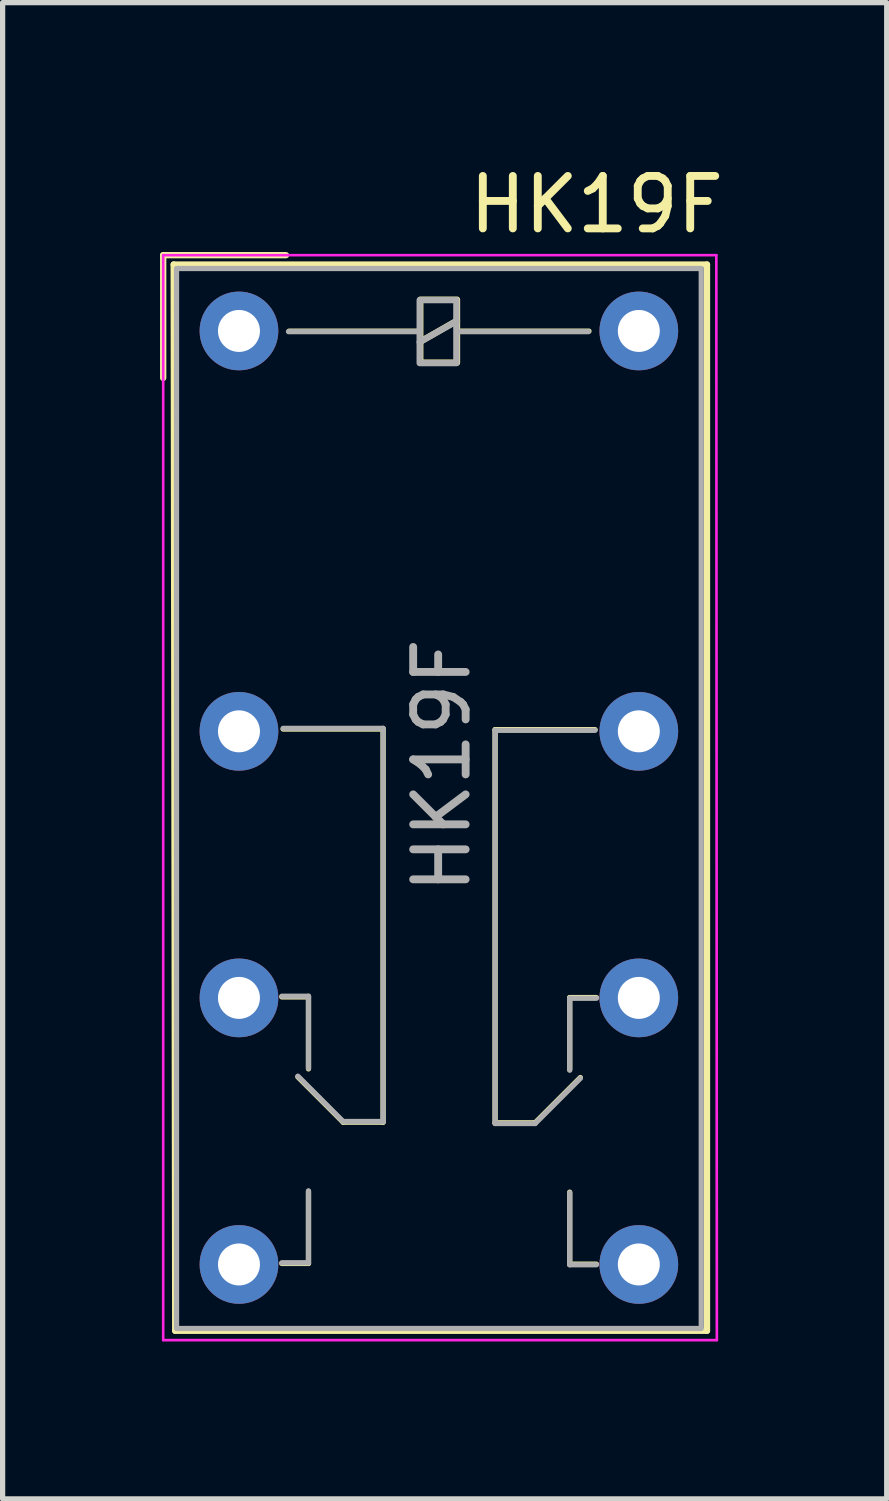
<source format=kicad_pcb>
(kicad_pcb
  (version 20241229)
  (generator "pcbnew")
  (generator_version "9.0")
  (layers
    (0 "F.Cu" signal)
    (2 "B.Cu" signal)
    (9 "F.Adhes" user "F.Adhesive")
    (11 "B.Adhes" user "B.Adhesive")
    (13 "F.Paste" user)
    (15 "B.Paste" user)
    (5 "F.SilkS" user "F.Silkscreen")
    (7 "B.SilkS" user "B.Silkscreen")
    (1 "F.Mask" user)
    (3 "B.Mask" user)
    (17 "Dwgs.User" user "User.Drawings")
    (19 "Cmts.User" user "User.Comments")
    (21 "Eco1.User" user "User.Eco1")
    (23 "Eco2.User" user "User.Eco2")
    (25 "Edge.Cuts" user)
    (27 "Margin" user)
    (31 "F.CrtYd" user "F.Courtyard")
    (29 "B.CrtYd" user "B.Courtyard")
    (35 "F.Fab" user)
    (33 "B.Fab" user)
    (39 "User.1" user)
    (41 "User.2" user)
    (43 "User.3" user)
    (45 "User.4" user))
  (footprint "HK19F"
    (layer "F.Cu")
    (at 5.318 11.846)
    (property "Reference" "HK19F" (at 3 -10.998 180) (layer "F.SilkS") (effects (font (size 1 1) (thickness 0.15))))
    (attr through_hole)
    (fp_line (start -5.258 -7.693) (end -5.258 -10.033) (stroke (width 0.12) (type solid)) (layer "F.SilkS"))
    (fp_line (start -5.058 -9.855) (end -5.029 10.465) (stroke (width 0.12) (type solid)) (layer "F.SilkS"))
    (fp_line (start -2.997 4.102) (end -2.489 4.102) (stroke (width 0.1) (type default)) (layer "F.SilkS"))
    (fp_line (start -2.997 9.182) (end -2.489 9.182) (stroke (width 0.1) (type default)) (layer "F.SilkS"))
    (fp_line (start -2.972 -1.003) (end -1.067 -1.003) (stroke (width 0.1) (type default)) (layer "F.SilkS"))
    (fp_line (start -2.918 -10.033) (end -5.258 -10.033) (stroke (width 0.12) (type solid)) (layer "F.SilkS"))
    (fp_line (start -2.489 4.102) (end -2.489 5.474) (stroke (width 0.1) (type default)) (layer "F.SilkS"))
    (fp_line (start -2.489 9.182) (end -2.489 7.811) (stroke (width 0.1) (type default)) (layer "F.SilkS"))
    (fp_line (start -1.829 6.49) (end -2.692 5.626) (stroke (width 0.1) (type default)) (layer "F.SilkS"))
    (fp_line (start -1.067 -1.003) (end -1.067 6.49) (stroke (width 0.1) (type default)) (layer "F.SilkS"))
    (fp_line (start -1.067 6.49) (end -1.829 6.49) (stroke (width 0.1) (type default)) (layer "F.SilkS"))
    (fp_line (start -0.359 -8.585) (end -2.859 -8.585) (stroke (width 0.1) (type default)) (layer "F.SilkS"))
    (fp_line (start -0.359 -8.385) (end 0.341 -8.785) (stroke (width 0.12) (type solid)) (layer "F.SilkS"))
    (fp_line (start 1.067 -0.991) (end 1.067 6.502) (stroke (width 0.1) (type default)) (layer "F.SilkS"))
    (fp_line (start 1.067 6.502) (end 1.829 6.502) (stroke (width 0.1) (type default)) (layer "F.SilkS"))
    (fp_line (start 1.829 6.502) (end 2.692 5.639) (stroke (width 0.1) (type default)) (layer "F.SilkS"))
    (fp_line (start 2.489 4.115) (end 2.489 5.486) (stroke (width 0.1) (type default)) (layer "F.SilkS"))
    (fp_line (start 2.489 9.195) (end 2.489 7.823) (stroke (width 0.1) (type default)) (layer "F.SilkS"))
    (fp_line (start 2.856 -8.585) (end 0.356 -8.585) (stroke (width 0.1) (type default)) (layer "F.SilkS"))
    (fp_line (start 2.972 -0.991) (end 1.067 -0.991) (stroke (width 0.1) (type default)) (layer "F.SilkS"))
    (fp_line (start 2.997 4.115) (end 2.489 4.115) (stroke (width 0.1) (type default)) (layer "F.SilkS"))
    (fp_line (start 2.997 9.195) (end 2.489 9.195) (stroke (width 0.1) (type default)) (layer "F.SilkS"))
    (fp_line (start 5.105 -9.855) (end -5.058 -9.855) (stroke (width 0.12) (type solid)) (layer "F.SilkS"))
    (fp_line (start 5.105 -9.855) (end 5.105 10.465) (stroke (width 0.12) (type solid)) (layer "F.SilkS"))
    (fp_line (start 5.105 10.465) (end -5.029 10.465) (stroke (width 0.12) (type solid)) (layer "F.SilkS"))
    (fp_rect (start -0.359 -9.185) (end 0.341 -7.985) (stroke (width 0.12) (type solid)) (fill no) (layer "F.SilkS"))
    (fp_line (start -5.258 -10.033) (end -5.258 10.643) (stroke (width 0.05) (type solid)) (layer "F.CrtYd"))
    (fp_line (start -5.258 10.643) (end 5.293 10.643) (stroke (width 0.05) (type solid)) (layer "F.CrtYd"))
    (fp_line (start 5.283 -10.033) (end -5.258 -10.033) (stroke (width 0.05) (type solid)) (layer "F.CrtYd"))
    (fp_line (start 5.283 -10.033) (end 5.293 10.643) (stroke (width 0.05) (type solid)) (layer "F.CrtYd"))
    (fp_line (start -2.997 4.089) (end -2.489 4.089) (stroke (width 0.1) (type default)) (layer "F.Fab"))
    (fp_line (start -2.997 9.169) (end -2.489 9.169) (stroke (width 0.1) (type default)) (layer "F.Fab"))
    (fp_line (start -2.972 -1.016) (end -1.067 -1.016) (stroke (width 0.1) (type default)) (layer "F.Fab"))
    (fp_line (start -2.489 4.089) (end -2.489 5.461) (stroke (width 0.1) (type default)) (layer "F.Fab"))
    (fp_line (start -2.489 9.169) (end -2.489 7.798) (stroke (width 0.1) (type default)) (layer "F.Fab"))
    (fp_line (start -1.829 6.477) (end -2.692 5.613) (stroke (width 0.1) (type default)) (layer "F.Fab"))
    (fp_line (start -1.067 -1.016) (end -1.067 6.477) (stroke (width 0.1) (type default)) (layer "F.Fab"))
    (fp_line (start -1.067 6.477) (end -1.829 6.477) (stroke (width 0.1) (type default)) (layer "F.Fab"))
    (fp_line (start -0.37 -8.576) (end -2.87 -8.576) (stroke (width 0.1) (type default)) (layer "F.Fab"))
    (fp_line (start -0.37 -8.376) (end 0.33 -8.776) (stroke (width 0.12) (type solid)) (layer "F.Fab"))
    (fp_line (start 1.067 -0.978) (end 1.067 6.515) (stroke (width 0.1) (type default)) (layer "F.Fab"))
    (fp_line (start 1.067 6.515) (end 1.829 6.515) (stroke (width 0.1) (type default)) (layer "F.Fab"))
    (fp_line (start 1.829 6.515) (end 2.692 5.652) (stroke (width 0.1) (type default)) (layer "F.Fab"))
    (fp_line (start 2.489 4.128) (end 2.489 5.499) (stroke (width 0.1) (type default)) (layer "F.Fab"))
    (fp_line (start 2.489 9.207) (end 2.489 7.836) (stroke (width 0.1) (type default)) (layer "F.Fab"))
    (fp_line (start 2.845 -8.576) (end 0.344 -8.576) (stroke (width 0.1) (type default)) (layer "F.Fab"))
    (fp_line (start 2.972 -0.978) (end 1.067 -0.978) (stroke (width 0.1) (type default)) (layer "F.Fab"))
    (fp_line (start 2.997 4.128) (end 2.489 4.128) (stroke (width 0.1) (type default)) (layer "F.Fab"))
    (fp_line (start 2.997 9.207) (end 2.489 9.207) (stroke (width 0.1) (type default)) (layer "F.Fab"))
    (fp_rect (start -5.004 -9.779) (end 4.996 10.421) (stroke (width 0.1) (type solid)) (fill no) (layer "F.Fab"))
    (fp_rect (start -0.37 -9.176) (end 0.33 -7.976) (stroke (width 0.12) (type solid)) (fill no) (layer "F.Fab"))
    (fp_text user "${REFERENCE}" (at 0.051 -0.305 90) (layer "F.Fab") (effects (font (size 1 1) (thickness 0.15))))
    (pad "11" thru_hole circle (at -3.814 -0.959) (size 1.5 1.5) (drill 0.8) (layers "*.Cu" "*.Mask"))
    (pad "12" thru_hole circle (at -3.814 4.121) (size 1.5 1.5) (drill 0.8) (layers "*.Cu" "*.Mask"))
    (pad "14" thru_hole circle (at -3.814 9.201) (size 1.5 1.5) (drill 0.8) (layers "*.Cu" "*.Mask"))
    (pad "21" thru_hole circle (at 3.806 -0.959) (size 1.5 1.5) (drill 0.8) (layers "*.Cu" "*.Mask"))
    (pad "22" thru_hole circle (at 3.806 4.121) (size 1.5 1.5) (drill 0.8) (layers "*.Cu" "*.Mask"))
    (pad "24" thru_hole circle (at 3.806 9.201) (size 1.5 1.5) (drill 0.8) (layers "*.Cu" "*.Mask"))
    (pad "A1" thru_hole circle (at -3.814 -8.589) (size 1.5 1.5) (drill 0.8) (layers "*.Cu" "*.Mask"))
    (pad "A2" thru_hole circle (at 3.806 -8.589) (size 1.5 1.5) (drill 0.8) (layers "*.Cu" "*.Mask")))
  (gr_rect
    (start -3 -3)
    (end 13.848 25.514)
    (stroke (width 0.1) (type default))
    (fill no)
    (layer "Edge.Cuts")))
</source>
